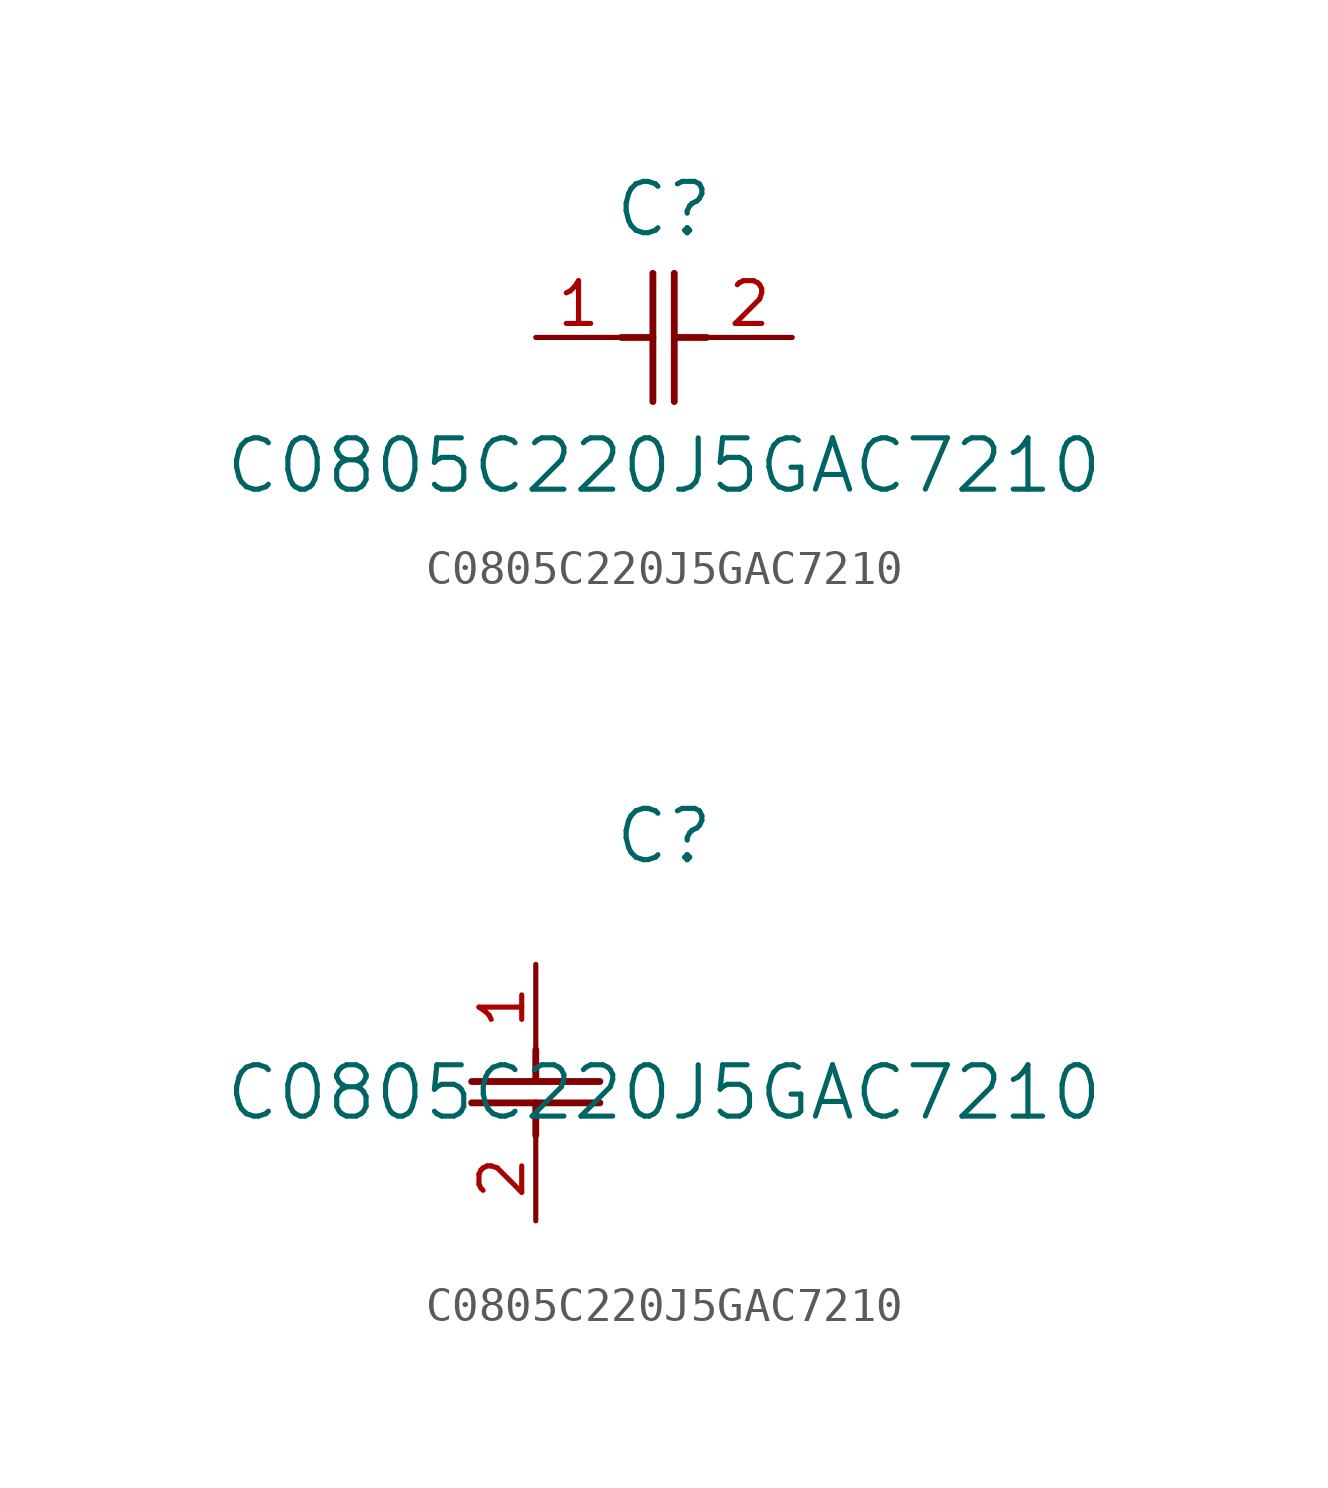
<source format=kicad_sym>
(kicad_symbol_lib
  (version 20211014)
  (generator kicad_symbol_editor)
  (symbol "C0805C220J5GAC7210"
    (pin_names
      (offset 0.254))
    (property "Reference" "C"
      (at 3.81 3.81 0)
      (effects (font (size 1.524 1.524))))
    (property "Value" "C0805C220J5GAC7210"
      (at 3.81 -3.81 0)
      (effects (font (size 1.524 1.524))))
    (symbol "C0805C220J5GAC7210_1_1"
      (polyline (pts (xy 3.48 -1.905) (xy 3.48 1.905)) (stroke (width 0.203) (type default) (color 0 0 0 0)) (fill (type none)))
      (polyline (pts (xy 4.115 -1.905) (xy 4.115 1.905)) (stroke (width 0.203) (type default) (color 0 0 0 0)) (fill (type none)))
      (polyline (pts (xy 4.115 0) (xy 5.08 0)) (stroke (width 0.203) (type default) (color 0 0 0 0)) (fill (type none)))
      (polyline (pts (xy 2.54 0) (xy 3.48 0)) (stroke (width 0.203) (type default) (color 0 0 0 0)) (fill (type none)))
      (pin unspecified line (at 0 0 0) (length 2.54) (name "" (effects (font (size 1.27 1.27)))) (number "1" (effects (font (size 1.27 1.27)))))
      (pin unspecified line (at 7.62 0 180) (length 2.54) (name "" (effects (font (size 1.27 1.27)))) (number "2" (effects (font (size 1.27 1.27))))))
    (symbol "C0805C220J5GAC7210_1_2"
      (polyline (pts (xy -1.905 -3.48) (xy 1.905 -3.48)) (stroke (width 0.203) (type default) (color 0 0 0 0)) (fill (type none)))
      (polyline (pts (xy -1.905 -4.115) (xy 1.905 -4.115)) (stroke (width 0.203) (type default) (color 0 0 0 0)) (fill (type none)))
      (polyline (pts (xy 0 -4.115) (xy 0 -5.08)) (stroke (width 0.203) (type default) (color 0 0 0 0)) (fill (type none)))
      (polyline (pts (xy 0 -2.54) (xy 0 -3.48)) (stroke (width 0.203) (type default) (color 0 0 0 0)) (fill (type none)))
      (pin unspecified line (at 0 0 270) (length 2.54) (name "" (effects (font (size 1.27 1.27)))) (number "1" (effects (font (size 1.27 1.27)))))
      (pin unspecified line (at 0 -7.62 90) (length 2.54) (name "" (effects (font (size 1.27 1.27)))) (number "2" (effects (font (size 1.27 1.27))))))))
</source>
